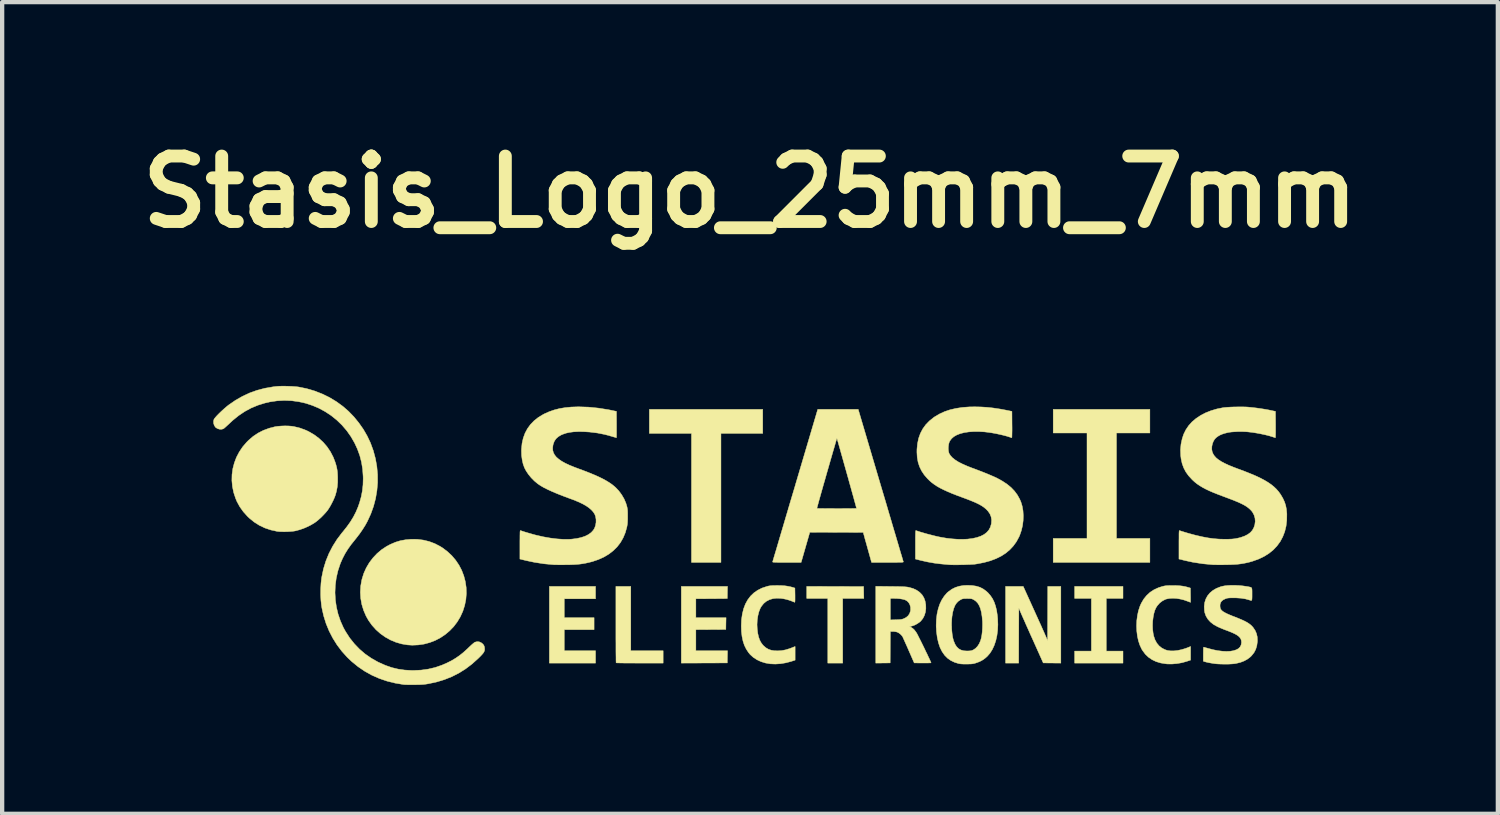
<source format=kicad_pcb>
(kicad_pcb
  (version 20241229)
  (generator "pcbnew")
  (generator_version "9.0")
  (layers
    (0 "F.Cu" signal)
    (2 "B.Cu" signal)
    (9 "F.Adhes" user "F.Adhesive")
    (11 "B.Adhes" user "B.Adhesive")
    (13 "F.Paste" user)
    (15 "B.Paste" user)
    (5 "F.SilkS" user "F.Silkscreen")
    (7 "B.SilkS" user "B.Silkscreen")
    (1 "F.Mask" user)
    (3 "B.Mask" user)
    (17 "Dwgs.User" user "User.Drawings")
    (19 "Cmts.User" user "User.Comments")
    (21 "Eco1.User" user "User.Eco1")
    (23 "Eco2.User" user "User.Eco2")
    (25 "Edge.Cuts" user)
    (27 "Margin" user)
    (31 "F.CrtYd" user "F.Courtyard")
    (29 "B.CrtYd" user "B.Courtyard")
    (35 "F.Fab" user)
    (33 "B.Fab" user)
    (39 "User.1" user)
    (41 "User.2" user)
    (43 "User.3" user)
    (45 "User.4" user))
  (footprint "Stasis_Logo_25mm_7mm"
    (layer "F.Cu")
    (at 14.413 9.418)
    (property "Reference" "Stasis_Logo_25mm_7mm" (at 0 -8 0) (layer "F.SilkS") (effects (font (size 1.524 1.524) (thickness 0.3))))
    (attr through_hole)
    (fp_poly (pts (xy 0.296 -2.378) (xy -0.677 -2.378) (xy -0.677 0.626) (xy -1.363 0.626) (xy -1.363 -2.378) (xy -2.344 -2.378) (xy -2.344 -2.937) (xy 0.296 -2.937) (xy 0.296 -2.378)) (stroke (width 0.01) (type solid)) (fill yes) (layer "F.SilkS"))
    (fp_poly (pts (xy 1.983 1.187) (xy 2.645 1.189) (xy 2.647 1.327) (xy 2.65 1.464) (xy 2.158 1.464) (xy 2.158 2.971) (xy 1.811 2.971) (xy 1.811 1.464) (xy 1.32 1.464) (xy 1.32 1.185) (xy 1.983 1.187)) (stroke (width 0.01) (type solid)) (fill yes) (layer "F.SilkS"))
    (fp_poly (pts (xy -3.597 1.473) (xy -4.325 1.473) (xy -4.325 1.913) (xy -3.631 1.913) (xy -3.631 2.192) (xy -4.325 2.192) (xy -4.325 2.683) (xy -3.597 2.683) (xy -3.597 2.971) (xy -4.672 2.971) (xy -4.672 1.185) (xy -3.597 1.185) (xy -3.597 1.473)) (stroke (width 0.01) (type solid)) (fill yes) (layer "F.SilkS"))
    (fp_poly (pts (xy 8.684 1.464) (xy 8.295 1.464) (xy 8.295 2.692) (xy 8.684 2.692) (xy 8.684 2.971) (xy 7.558 2.971) (xy 7.558 2.692) (xy 7.948 2.692) (xy 7.948 1.464) (xy 7.558 1.464) (xy 7.558 1.185) (xy 8.684 1.185) (xy 8.684 1.464)) (stroke (width 0.01) (type solid)) (fill yes) (layer "F.SilkS"))
    (fp_poly (pts (xy 9.31 -2.387) (xy 8.532 -2.387) (xy 8.532 0.068) (xy 9.31 0.068) (xy 9.31 0.626) (xy 7.059 0.626) (xy 7.059 0.068) (xy 7.846 0.068) (xy 7.846 -2.387) (xy 7.059 -2.387) (xy 7.059 -2.937) (xy 9.31 -2.937) (xy 9.31 -2.387)) (stroke (width 0.01) (type solid)) (fill yes) (layer "F.SilkS"))
    (fp_poly (pts (xy -0.527 1.327) (xy -0.529 1.468) (xy -0.895 1.471) (xy -1.261 1.473) (xy -1.261 1.913) (xy -0.558 1.913) (xy -0.561 2.05) (xy -0.563 2.188) (xy -1.261 2.192) (xy -1.261 2.683) (xy -0.524 2.683) (xy -0.527 2.825) (xy -0.529 2.967) (xy -1.6 2.971) (xy -1.6 1.185) (xy -0.524 1.185) (xy -0.527 1.327)) (stroke (width 0.01) (type solid)) (fill yes) (layer "F.SilkS"))
    (fp_poly (pts (xy -2.776 2.683) (xy -2.023 2.683) (xy -2.023 2.971) (xy -2.567 2.971) (xy -2.662 2.971) (xy -2.751 2.97) (xy -2.834 2.97) (xy -2.909 2.97) (xy -2.975 2.969) (xy -3.03 2.968) (xy -3.073 2.967) (xy -3.102 2.966) (xy -3.116 2.965) (xy -3.118 2.965) (xy -3.118 2.956) (xy -3.119 2.931) (xy -3.12 2.892) (xy -3.12 2.839) (xy -3.121 2.773) (xy -3.122 2.696) (xy -3.122 2.609) (xy -3.122 2.512) (xy -3.123 2.408) (xy -3.123 2.297) (xy -3.123 2.18) (xy -3.123 2.072) (xy -3.123 1.185) (xy -2.776 1.185) (xy -2.776 2.683)) (stroke (width 0.01) (type solid)) (fill yes) (layer "F.SilkS"))
    (fp_poly (pts (xy 7.237 2.971) (xy 7.032 2.969) (xy 6.827 2.967) (xy 6.609 2.48) (xy 6.568 2.389) (xy 6.527 2.299) (xy 6.488 2.211) (xy 6.451 2.128) (xy 6.416 2.05) (xy 6.386 1.98) (xy 6.359 1.921) (xy 6.338 1.873) (xy 6.324 1.842) (xy 6.259 1.69) (xy 6.257 2.33) (xy 6.255 2.971) (xy 5.95 2.971) (xy 5.95 1.185) (xy 6.361 1.185) (xy 6.608 1.729) (xy 6.65 1.822) (xy 6.691 1.912) (xy 6.73 1.999) (xy 6.767 2.08) (xy 6.8 2.154) (xy 6.829 2.219) (xy 6.854 2.275) (xy 6.873 2.319) (xy 6.887 2.35) (xy 6.892 2.361) (xy 6.928 2.45) (xy 6.93 1.818) (xy 6.932 1.185) (xy 7.237 1.185) (xy 7.237 2.971)) (stroke (width 0.01) (type solid)) (fill yes) (layer "F.SilkS"))
    (fp_poly (pts (xy -7.746 0.089) (xy -7.605 0.107) (xy -7.47 0.14) (xy -7.339 0.189) (xy -7.213 0.255) (xy -7.163 0.286) (xy -7.048 0.372) (xy -6.944 0.469) (xy -6.854 0.575) (xy -6.777 0.689) (xy -6.713 0.811) (xy -6.664 0.94) (xy -6.629 1.073) (xy -6.609 1.209) (xy -6.605 1.349) (xy -6.616 1.49) (xy -6.644 1.629) (xy -6.687 1.764) (xy -6.745 1.892) (xy -6.816 2.01) (xy -6.898 2.119) (xy -6.992 2.217) (xy -7.095 2.304) (xy -7.208 2.38) (xy -7.328 2.443) (xy -7.455 2.492) (xy -7.588 2.528) (xy -7.725 2.548) (xy -7.866 2.554) (xy -7.975 2.547) (xy -8.112 2.524) (xy -8.246 2.485) (xy -8.373 2.432) (xy -8.494 2.364) (xy -8.607 2.284) (xy -8.711 2.191) (xy -8.804 2.087) (xy -8.885 1.973) (xy -8.94 1.875) (xy -8.997 1.742) (xy -9.039 1.605) (xy -9.064 1.464) (xy -9.073 1.322) (xy -9.065 1.179) (xy -9.04 1.037) (xy -9.034 1.013) (xy -8.992 0.879) (xy -8.934 0.751) (xy -8.863 0.631) (xy -8.778 0.52) (xy -8.682 0.418) (xy -8.575 0.328) (xy -8.458 0.251) (xy -8.376 0.208) (xy -8.258 0.157) (xy -8.14 0.121) (xy -8.019 0.099) (xy -7.893 0.088) (xy -7.746 0.089)) (stroke (width 0.01) (type solid)) (fill yes) (layer "F.SilkS"))
    (fp_poly (pts (xy -10.743 -2.55) (xy -10.668 -2.544) (xy -10.618 -2.536) (xy -10.475 -2.501) (xy -10.339 -2.45) (xy -10.278 -2.421) (xy -10.155 -2.35) (xy -10.041 -2.266) (xy -9.938 -2.171) (xy -9.847 -2.065) (xy -9.769 -1.949) (xy -9.705 -1.826) (xy -9.662 -1.715) (xy -9.641 -1.65) (xy -9.626 -1.592) (xy -9.615 -1.537) (xy -9.607 -1.48) (xy -9.603 -1.414) (xy -9.601 -1.358) (xy -9.601 -1.24) (xy -9.61 -1.133) (xy -9.629 -1.031) (xy -9.653 -0.944) (xy -9.674 -0.887) (xy -9.702 -0.823) (xy -9.736 -0.755) (xy -9.771 -0.689) (xy -9.807 -0.63) (xy -9.838 -0.584) (xy -9.88 -0.533) (xy -9.931 -0.478) (xy -9.986 -0.422) (xy -10.043 -0.371) (xy -10.097 -0.326) (xy -10.136 -0.298) (xy -10.244 -0.234) (xy -10.361 -0.179) (xy -10.482 -0.135) (xy -10.598 -0.105) (xy -10.648 -0.098) (xy -10.71 -0.093) (xy -10.778 -0.089) (xy -10.848 -0.088) (xy -10.915 -0.089) (xy -10.974 -0.092) (xy -11.013 -0.097) (xy -11.158 -0.129) (xy -11.295 -0.175) (xy -11.424 -0.236) (xy -11.544 -0.312) (xy -11.656 -0.403) (xy -11.701 -0.446) (xy -11.798 -0.554) (xy -11.88 -0.669) (xy -11.947 -0.792) (xy -11.976 -0.861) (xy -12.022 -0.999) (xy -12.051 -1.139) (xy -12.064 -1.279) (xy -12.061 -1.419) (xy -12.042 -1.556) (xy -12.007 -1.69) (xy -11.958 -1.82) (xy -11.893 -1.944) (xy -11.814 -2.062) (xy -11.72 -2.172) (xy -11.677 -2.215) (xy -11.569 -2.308) (xy -11.452 -2.386) (xy -11.328 -2.449) (xy -11.194 -2.498) (xy -11.058 -2.533) (xy -10.989 -2.543) (xy -10.909 -2.549) (xy -10.826 -2.552) (xy -10.743 -2.55)) (stroke (width 0.01) (type solid)) (fill yes) (layer "F.SilkS"))
    (fp_poly (pts (xy 0.639 1.164) (xy 0.73 1.166) (xy 0.809 1.171) (xy 0.879 1.181) (xy 0.945 1.195) (xy 0.995 1.208) (xy 1.045 1.224) (xy 1.048 1.392) (xy 1.048 1.451) (xy 1.048 1.495) (xy 1.047 1.525) (xy 1.045 1.544) (xy 1.043 1.553) (xy 1.039 1.555) (xy 0.964 1.525) (xy 0.898 1.502) (xy 0.837 1.485) (xy 0.774 1.472) (xy 0.715 1.464) (xy 0.621 1.46) (xy 0.533 1.47) (xy 0.453 1.494) (xy 0.381 1.531) (xy 0.319 1.582) (xy 0.268 1.645) (xy 0.238 1.696) (xy 0.206 1.778) (xy 0.183 1.871) (xy 0.168 1.972) (xy 0.163 2.077) (xy 0.168 2.178) (xy 0.18 2.276) (xy 0.199 2.36) (xy 0.224 2.432) (xy 0.256 2.493) (xy 0.296 2.547) (xy 0.317 2.569) (xy 0.371 2.615) (xy 0.429 2.649) (xy 0.493 2.671) (xy 0.567 2.683) (xy 0.647 2.686) (xy 0.736 2.68) (xy 0.826 2.663) (xy 0.921 2.634) (xy 0.977 2.613) (xy 1.05 2.584) (xy 1.05 2.902) (xy 0.957 2.932) (xy 0.836 2.964) (xy 0.712 2.985) (xy 0.589 2.993) (xy 0.471 2.988) (xy 0.466 2.987) (xy 0.356 2.968) (xy 0.254 2.936) (xy 0.16 2.892) (xy 0.076 2.837) (xy 0.004 2.772) (xy -0.033 2.728) (xy -0.087 2.646) (xy -0.131 2.557) (xy -0.163 2.46) (xy -0.186 2.352) (xy -0.2 2.232) (xy -0.204 2.105) (xy -0.198 1.96) (xy -0.179 1.827) (xy -0.149 1.705) (xy -0.107 1.595) (xy -0.053 1.497) (xy 0.013 1.41) (xy 0.09 1.336) (xy 0.179 1.274) (xy 0.279 1.224) (xy 0.39 1.187) (xy 0.419 1.179) (xy 0.45 1.173) (xy 0.484 1.169) (xy 0.524 1.166) (xy 0.573 1.165) (xy 0.635 1.164) (xy 0.639 1.164)) (stroke (width 0.01) (type solid)) (fill yes) (layer "F.SilkS"))
    (fp_poly (pts (xy 9.927 1.166) (xy 10.002 1.17) (xy 10.069 1.178) (xy 10.131 1.189) (xy 10.192 1.205) (xy 10.205 1.209) (xy 10.254 1.224) (xy 10.256 1.391) (xy 10.257 1.442) (xy 10.257 1.486) (xy 10.257 1.522) (xy 10.257 1.547) (xy 10.256 1.557) (xy 10.256 1.557) (xy 10.248 1.554) (xy 10.228 1.546) (xy 10.2 1.535) (xy 10.191 1.532) (xy 10.103 1.501) (xy 10.013 1.479) (xy 9.924 1.465) (xy 9.839 1.461) (xy 9.761 1.466) (xy 9.692 1.48) (xy 9.671 1.487) (xy 9.602 1.523) (xy 9.539 1.571) (xy 9.486 1.63) (xy 9.453 1.681) (xy 9.424 1.745) (xy 9.402 1.822) (xy 9.386 1.908) (xy 9.375 2) (xy 9.372 2.095) (xy 9.375 2.188) (xy 9.386 2.277) (xy 9.399 2.34) (xy 9.429 2.428) (xy 9.47 2.504) (xy 9.523 2.568) (xy 9.586 2.619) (xy 9.659 2.657) (xy 9.716 2.676) (xy 9.787 2.686) (xy 9.867 2.687) (xy 9.955 2.677) (xy 10.046 2.658) (xy 10.14 2.63) (xy 10.186 2.613) (xy 10.258 2.584) (xy 10.258 2.901) (xy 10.167 2.931) (xy 10.057 2.962) (xy 9.941 2.982) (xy 9.826 2.992) (xy 9.716 2.991) (xy 9.678 2.987) (xy 9.561 2.968) (xy 9.455 2.936) (xy 9.361 2.891) (xy 9.277 2.834) (xy 9.204 2.764) (xy 9.142 2.681) (xy 9.12 2.646) (xy 9.077 2.554) (xy 9.043 2.452) (xy 9.019 2.341) (xy 9.005 2.224) (xy 9 2.104) (xy 9.005 1.984) (xy 9.02 1.866) (xy 9.044 1.753) (xy 9.079 1.647) (xy 9.109 1.579) (xy 9.167 1.48) (xy 9.236 1.395) (xy 9.315 1.322) (xy 9.406 1.263) (xy 9.508 1.216) (xy 9.595 1.188) (xy 9.626 1.18) (xy 9.654 1.174) (xy 9.681 1.17) (xy 9.713 1.167) (xy 9.751 1.166) (xy 9.801 1.165) (xy 9.839 1.165) (xy 9.927 1.166)) (stroke (width 0.01) (type solid)) (fill yes) (layer "F.SilkS"))
    (fp_poly (pts (xy 3.278 1.187) (xy 3.366 1.188) (xy 3.438 1.189) (xy 3.498 1.19) (xy 3.547 1.192) (xy 3.586 1.193) (xy 3.618 1.196) (xy 3.645 1.198) (xy 3.668 1.201) (xy 3.689 1.205) (xy 3.707 1.209) (xy 3.801 1.236) (xy 3.882 1.275) (xy 3.951 1.324) (xy 4.007 1.382) (xy 4.049 1.451) (xy 4.076 1.525) (xy 4.092 1.613) (xy 4.094 1.7) (xy 4.084 1.783) (xy 4.06 1.862) (xy 4.024 1.932) (xy 3.976 1.992) (xy 3.975 1.994) (xy 3.936 2.026) (xy 3.887 2.058) (xy 3.836 2.085) (xy 3.786 2.104) (xy 3.751 2.113) (xy 3.713 2.118) (xy 3.746 2.135) (xy 3.788 2.162) (xy 3.827 2.199) (xy 3.866 2.251) (xy 3.873 2.262) (xy 3.883 2.278) (xy 3.899 2.307) (xy 3.919 2.347) (xy 3.943 2.395) (xy 3.971 2.45) (xy 4.001 2.51) (xy 4.032 2.573) (xy 4.063 2.637) (xy 4.093 2.701) (xy 4.123 2.761) (xy 4.149 2.818) (xy 4.173 2.867) (xy 4.192 2.909) (xy 4.206 2.94) (xy 4.214 2.959) (xy 4.215 2.964) (xy 4.207 2.966) (xy 4.184 2.967) (xy 4.149 2.968) (xy 4.104 2.969) (xy 4.051 2.969) (xy 4.019 2.969) (xy 3.823 2.967) (xy 3.695 2.675) (xy 3.666 2.608) (xy 3.638 2.545) (xy 3.612 2.488) (xy 3.59 2.438) (xy 3.572 2.399) (xy 3.56 2.371) (xy 3.553 2.356) (xy 3.553 2.356) (xy 3.53 2.326) (xy 3.498 2.294) (xy 3.461 2.267) (xy 3.425 2.249) (xy 3.422 2.248) (xy 3.392 2.241) (xy 3.354 2.236) (xy 3.325 2.234) (xy 3.267 2.234) (xy 3.265 2.601) (xy 3.263 2.967) (xy 2.928 2.971) (xy 2.928 1.965) (xy 3.267 1.965) (xy 3.396 1.962) (xy 3.45 1.96) (xy 3.49 1.957) (xy 3.521 1.954) (xy 3.546 1.948) (xy 3.568 1.941) (xy 3.572 1.94) (xy 3.634 1.909) (xy 3.681 1.869) (xy 3.714 1.821) (xy 3.734 1.763) (xy 3.738 1.733) (xy 3.737 1.669) (xy 3.722 1.612) (xy 3.695 1.563) (xy 3.656 1.524) (xy 3.607 1.497) (xy 3.6 1.495) (xy 3.548 1.482) (xy 3.484 1.472) (xy 3.411 1.466) (xy 3.35 1.465) (xy 3.267 1.464) (xy 3.267 1.965) (xy 2.928 1.965) (xy 2.928 1.183) (xy 3.278 1.187)) (stroke (width 0.01) (type solid)) (fill yes) (layer "F.SilkS"))
    (fp_poly (pts (xy 5.176 1.165) (xy 5.27 1.18) (xy 5.354 1.206) (xy 5.429 1.245) (xy 5.499 1.296) (xy 5.54 1.333) (xy 5.597 1.399) (xy 5.646 1.471) (xy 5.686 1.553) (xy 5.717 1.644) (xy 5.742 1.747) (xy 5.759 1.864) (xy 5.766 1.936) (xy 5.771 2.073) (xy 5.765 2.205) (xy 5.749 2.33) (xy 5.723 2.447) (xy 5.687 2.555) (xy 5.642 2.653) (xy 5.588 2.739) (xy 5.525 2.812) (xy 5.478 2.854) (xy 5.43 2.89) (xy 5.384 2.917) (xy 5.336 2.94) (xy 5.277 2.962) (xy 5.273 2.963) (xy 5.241 2.974) (xy 5.215 2.981) (xy 5.189 2.986) (xy 5.16 2.99) (xy 5.124 2.992) (xy 5.077 2.993) (xy 5.057 2.993) (xy 4.992 2.994) (xy 4.941 2.992) (xy 4.9 2.989) (xy 4.866 2.983) (xy 4.862 2.983) (xy 4.764 2.953) (xy 4.676 2.911) (xy 4.598 2.856) (xy 4.53 2.787) (xy 4.473 2.705) (xy 4.425 2.61) (xy 4.388 2.501) (xy 4.36 2.379) (xy 4.342 2.243) (xy 4.341 2.236) (xy 4.334 2.094) (xy 4.336 2.038) (xy 4.693 2.038) (xy 4.693 2.13) (xy 4.699 2.221) (xy 4.708 2.307) (xy 4.722 2.385) (xy 4.739 2.45) (xy 4.743 2.459) (xy 4.774 2.533) (xy 4.812 2.592) (xy 4.857 2.636) (xy 4.911 2.666) (xy 4.974 2.684) (xy 5.049 2.689) (xy 5.066 2.689) (xy 5.108 2.687) (xy 5.139 2.684) (xy 5.164 2.678) (xy 5.188 2.668) (xy 5.198 2.664) (xy 5.252 2.628) (xy 5.299 2.578) (xy 5.339 2.515) (xy 5.37 2.441) (xy 5.386 2.381) (xy 5.398 2.317) (xy 5.407 2.241) (xy 5.412 2.16) (xy 5.414 2.079) (xy 5.413 2.006) (xy 5.403 1.892) (xy 5.388 1.793) (xy 5.367 1.708) (xy 5.339 1.637) (xy 5.305 1.579) (xy 5.264 1.534) (xy 5.215 1.499) (xy 5.213 1.498) (xy 5.189 1.485) (xy 5.17 1.477) (xy 5.151 1.472) (xy 5.128 1.47) (xy 5.096 1.469) (xy 5.057 1.468) (xy 5.013 1.469) (xy 4.981 1.47) (xy 4.957 1.473) (xy 4.938 1.479) (xy 4.917 1.487) (xy 4.908 1.492) (xy 4.855 1.526) (xy 4.81 1.571) (xy 4.772 1.629) (xy 4.743 1.7) (xy 4.72 1.785) (xy 4.703 1.885) (xy 4.697 1.949) (xy 4.693 2.038) (xy 4.336 2.038) (xy 4.339 1.959) (xy 4.354 1.83) (xy 4.381 1.71) (xy 4.417 1.6) (xy 4.464 1.501) (xy 4.521 1.413) (xy 4.586 1.337) (xy 4.62 1.308) (xy 4.697 1.252) (xy 4.78 1.21) (xy 4.87 1.181) (xy 4.97 1.164) (xy 5.071 1.16) (xy 5.176 1.165)) (stroke (width 0.01) (type solid)) (fill yes) (layer "F.SilkS"))
    (fp_poly (pts (xy 11.297 1.161) (xy 11.389 1.165) (xy 11.479 1.174) (xy 11.564 1.186) (xy 11.587 1.19) (xy 11.623 1.197) (xy 11.649 1.203) (xy 11.667 1.21) (xy 11.679 1.221) (xy 11.685 1.239) (xy 11.688 1.266) (xy 11.689 1.304) (xy 11.689 1.357) (xy 11.689 1.367) (xy 11.689 1.422) (xy 11.688 1.462) (xy 11.686 1.489) (xy 11.682 1.506) (xy 11.675 1.513) (xy 11.664 1.513) (xy 11.648 1.509) (xy 11.631 1.503) (xy 11.538 1.477) (xy 11.433 1.46) (xy 11.314 1.452) (xy 11.27 1.452) (xy 11.215 1.452) (xy 11.174 1.453) (xy 11.143 1.455) (xy 11.119 1.458) (xy 11.098 1.463) (xy 11.078 1.47) (xy 11.076 1.47) (xy 11.021 1.496) (xy 10.982 1.526) (xy 10.957 1.563) (xy 10.944 1.608) (xy 10.943 1.637) (xy 10.945 1.669) (xy 10.951 1.698) (xy 10.964 1.723) (xy 10.985 1.747) (xy 11.014 1.771) (xy 11.054 1.795) (xy 11.105 1.821) (xy 11.169 1.849) (xy 11.247 1.881) (xy 11.283 1.894) (xy 11.375 1.931) (xy 11.453 1.964) (xy 11.518 1.994) (xy 11.572 2.023) (xy 11.617 2.052) (xy 11.655 2.081) (xy 11.688 2.112) (xy 11.715 2.143) (xy 11.761 2.212) (xy 11.792 2.283) (xy 11.81 2.361) (xy 11.814 2.447) (xy 11.813 2.471) (xy 11.8 2.566) (xy 11.774 2.651) (xy 11.734 2.728) (xy 11.679 2.797) (xy 11.655 2.822) (xy 11.587 2.875) (xy 11.509 2.919) (xy 11.419 2.954) (xy 11.316 2.979) (xy 11.295 2.983) (xy 11.251 2.988) (xy 11.194 2.992) (xy 11.128 2.995) (xy 11.057 2.995) (xy 10.986 2.994) (xy 10.917 2.992) (xy 10.856 2.988) (xy 10.814 2.983) (xy 10.75 2.973) (xy 10.688 2.962) (xy 10.632 2.95) (xy 10.587 2.938) (xy 10.582 2.936) (xy 10.554 2.927) (xy 10.554 2.762) (xy 10.555 2.705) (xy 10.555 2.663) (xy 10.556 2.634) (xy 10.558 2.615) (xy 10.56 2.604) (xy 10.564 2.6) (xy 10.569 2.601) (xy 10.569 2.601) (xy 10.584 2.605) (xy 10.61 2.613) (xy 10.643 2.622) (xy 10.66 2.627) (xy 10.777 2.658) (xy 10.889 2.681) (xy 10.995 2.694) (xy 11.092 2.699) (xy 11.181 2.695) (xy 11.259 2.682) (xy 11.324 2.66) (xy 11.373 2.633) (xy 11.409 2.597) (xy 11.433 2.551) (xy 11.443 2.498) (xy 11.443 2.49) (xy 11.44 2.449) (xy 11.429 2.413) (xy 11.409 2.38) (xy 11.38 2.349) (xy 11.339 2.319) (xy 11.286 2.289) (xy 11.219 2.258) (xy 11.137 2.225) (xy 11.105 2.213) (xy 11.051 2.193) (xy 10.994 2.17) (xy 10.939 2.147) (xy 10.892 2.126) (xy 10.88 2.12) (xy 10.792 2.071) (xy 10.719 2.013) (xy 10.661 1.949) (xy 10.617 1.877) (xy 10.589 1.799) (xy 10.58 1.748) (xy 10.575 1.652) (xy 10.586 1.562) (xy 10.612 1.48) (xy 10.652 1.405) (xy 10.707 1.338) (xy 10.775 1.281) (xy 10.856 1.233) (xy 10.949 1.196) (xy 10.99 1.184) (xy 11.051 1.172) (xy 11.125 1.164) (xy 11.208 1.16) (xy 11.297 1.161)) (stroke (width 0.01) (type solid)) (fill yes) (layer "F.SilkS"))
    (fp_poly (pts (xy 3.042 -1.17) (xy 3.092 -1.002) (xy 3.141 -0.838) (xy 3.188 -0.679) (xy 3.233 -0.525) (xy 3.277 -0.378) (xy 3.318 -0.238) (xy 3.357 -0.106) (xy 3.394 0.017) (xy 3.427 0.13) (xy 3.458 0.234) (xy 3.485 0.327) (xy 3.509 0.408) (xy 3.53 0.476) (xy 3.546 0.531) (xy 3.558 0.573) (xy 3.566 0.6) (xy 3.57 0.611) (xy 3.57 0.612) (xy 3.57 0.615) (xy 3.567 0.618) (xy 3.56 0.62) (xy 3.548 0.622) (xy 3.528 0.624) (xy 3.5 0.625) (xy 3.462 0.625) (xy 3.413 0.626) (xy 3.35 0.626) (xy 3.274 0.626) (xy 3.202 0.626) (xy 2.83 0.626) (xy 2.755 0.358) (xy 2.736 0.289) (xy 2.717 0.221) (xy 2.699 0.157) (xy 2.683 0.101) (xy 2.67 0.054) (xy 2.661 0.019) (xy 2.658 0.008) (xy 2.635 -0.072) (xy 2.013 -0.074) (xy 1.392 -0.076) (xy 1.291 0.275) (xy 1.19 0.626) (xy 0.856 0.626) (xy 0.772 0.626) (xy 0.704 0.626) (xy 0.649 0.626) (xy 0.607 0.625) (xy 0.575 0.624) (xy 0.553 0.623) (xy 0.539 0.621) (xy 0.53 0.619) (xy 0.527 0.616) (xy 0.527 0.612) (xy 0.527 0.612) (xy 0.529 0.602) (xy 0.537 0.577) (xy 0.548 0.538) (xy 0.564 0.484) (xy 0.584 0.417) (xy 0.608 0.338) (xy 0.635 0.246) (xy 0.665 0.144) (xy 0.698 0.032) (xy 0.734 -0.09) (xy 0.773 -0.221) (xy 0.814 -0.36) (xy 0.857 -0.506) (xy 0.895 -0.633) (xy 1.557 -0.633) (xy 1.565 -0.631) (xy 1.589 -0.63) (xy 1.625 -0.629) (xy 1.673 -0.629) (xy 1.73 -0.628) (xy 1.795 -0.627) (xy 1.865 -0.627) (xy 1.939 -0.627) (xy 2.015 -0.626) (xy 2.092 -0.626) (xy 2.166 -0.627) (xy 2.237 -0.627) (xy 2.302 -0.627) (xy 2.36 -0.628) (xy 2.409 -0.629) (xy 2.446 -0.63) (xy 2.47 -0.631) (xy 2.48 -0.632) (xy 2.48 -0.632) (xy 2.478 -0.642) (xy 2.471 -0.666) (xy 2.461 -0.704) (xy 2.447 -0.754) (xy 2.43 -0.815) (xy 2.411 -0.886) (xy 2.389 -0.964) (xy 2.365 -1.05) (xy 2.34 -1.141) (xy 2.313 -1.236) (xy 2.286 -1.335) (xy 2.258 -1.434) (xy 2.23 -1.534) (xy 2.202 -1.633) (xy 2.175 -1.729) (xy 2.149 -1.822) (xy 2.124 -1.909) (xy 2.102 -1.989) (xy 2.081 -2.062) (xy 2.063 -2.126) (xy 2.048 -2.179) (xy 2.036 -2.22) (xy 2.028 -2.248) (xy 2.023 -2.261) (xy 2.023 -2.262) (xy 2.02 -2.255) (xy 2.013 -2.233) (xy 2.002 -2.197) (xy 1.988 -2.149) (xy 1.971 -2.089) (xy 1.951 -2.02) (xy 1.928 -1.943) (xy 1.904 -1.859) (xy 1.878 -1.769) (xy 1.851 -1.675) (xy 1.823 -1.577) (xy 1.794 -1.478) (xy 1.766 -1.379) (xy 1.738 -1.28) (xy 1.71 -1.184) (xy 1.684 -1.091) (xy 1.659 -1.003) (xy 1.636 -0.921) (xy 1.615 -0.847) (xy 1.597 -0.782) (xy 1.582 -0.726) (xy 1.57 -0.683) (xy 1.562 -0.652) (xy 1.558 -0.635) (xy 1.557 -0.633) (xy 0.895 -0.633) (xy 0.902 -0.659) (xy 0.949 -0.817) (xy 0.998 -0.981) (xy 1.048 -1.148) (xy 1.054 -1.17) (xy 1.577 -2.937) (xy 2.519 -2.937) (xy 3.042 -1.17)) (stroke (width 0.01) (type solid)) (fill yes) (layer "F.SilkS"))
    (fp_poly (pts (xy -3.76 -2.989) (xy -3.532 -2.966) (xy -3.298 -2.929) (xy -3.22 -2.913) (xy -3.11 -2.89) (xy -3.108 -2.584) (xy -3.108 -2.513) (xy -3.108 -2.449) (xy -3.108 -2.392) (xy -3.108 -2.344) (xy -3.109 -2.308) (xy -3.11 -2.285) (xy -3.111 -2.277) (xy -3.121 -2.279) (xy -3.143 -2.286) (xy -3.175 -2.295) (xy -3.211 -2.306) (xy -3.379 -2.352) (xy -3.556 -2.387) (xy -3.736 -2.409) (xy -3.881 -2.418) (xy -3.999 -2.419) (xy -4.104 -2.414) (xy -4.197 -2.402) (xy -4.28 -2.384) (xy -4.356 -2.358) (xy -4.399 -2.34) (xy -4.465 -2.3) (xy -4.517 -2.253) (xy -4.556 -2.196) (xy -4.581 -2.129) (xy -4.588 -2.1) (xy -4.595 -2.039) (xy -4.592 -1.981) (xy -4.577 -1.927) (xy -4.549 -1.875) (xy -4.51 -1.826) (xy -4.456 -1.779) (xy -4.389 -1.732) (xy -4.308 -1.686) (xy -4.211 -1.64) (xy -4.098 -1.594) (xy -4.008 -1.56) (xy -3.865 -1.507) (xy -3.737 -1.457) (xy -3.623 -1.41) (xy -3.522 -1.365) (xy -3.432 -1.321) (xy -3.353 -1.278) (xy -3.282 -1.235) (xy -3.219 -1.192) (xy -3.163 -1.147) (xy -3.132 -1.12) (xy -3.057 -1.041) (xy -2.99 -0.951) (xy -2.933 -0.854) (xy -2.89 -0.753) (xy -2.868 -0.681) (xy -2.861 -0.651) (xy -2.856 -0.623) (xy -2.852 -0.594) (xy -2.85 -0.558) (xy -2.849 -0.514) (xy -2.849 -0.457) (xy -2.849 -0.444) (xy -2.849 -0.382) (xy -2.851 -0.332) (xy -2.853 -0.292) (xy -2.857 -0.256) (xy -2.863 -0.222) (xy -2.868 -0.195) (xy -2.904 -0.066) (xy -2.954 0.054) (xy -3.017 0.164) (xy -3.094 0.264) (xy -3.184 0.353) (xy -3.287 0.433) (xy -3.403 0.502) (xy -3.532 0.56) (xy -3.673 0.608) (xy -3.749 0.627) (xy -3.82 0.643) (xy -3.886 0.655) (xy -3.953 0.665) (xy -4.023 0.672) (xy -4.1 0.677) (xy -4.187 0.68) (xy -4.278 0.681) (xy -4.343 0.682) (xy -4.405 0.682) (xy -4.461 0.682) (xy -4.508 0.681) (xy -4.544 0.681) (xy -4.566 0.68) (xy -4.566 0.68) (xy -4.796 0.659) (xy -5.017 0.625) (xy -5.216 0.583) (xy -5.358 0.548) (xy -5.358 0.214) (xy -5.358 0.13) (xy -5.357 0.061) (xy -5.357 0.006) (xy -5.356 -0.036) (xy -5.356 -0.067) (xy -5.354 -0.089) (xy -5.352 -0.104) (xy -5.35 -0.112) (xy -5.347 -0.115) (xy -5.344 -0.115) (xy -5.343 -0.115) (xy -5.317 -0.106) (xy -5.278 -0.093) (xy -5.23 -0.078) (xy -5.176 -0.062) (xy -5.12 -0.046) (xy -5.065 -0.03) (xy -5.014 -0.016) (xy -4.971 -0.005) (xy -4.971 -0.005) (xy -4.807 0.032) (xy -4.648 0.06) (xy -4.495 0.079) (xy -4.351 0.089) (xy -4.218 0.089) (xy -4.152 0.085) (xy -4.034 0.07) (xy -3.93 0.047) (xy -3.838 0.016) (xy -3.761 -0.023) (xy -3.697 -0.07) (xy -3.648 -0.124) (xy -3.62 -0.17) (xy -3.597 -0.235) (xy -3.585 -0.305) (xy -3.585 -0.375) (xy -3.596 -0.441) (xy -3.615 -0.494) (xy -3.649 -0.547) (xy -3.694 -0.597) (xy -3.751 -0.646) (xy -3.821 -0.694) (xy -3.906 -0.741) (xy -4.005 -0.787) (xy -4.12 -0.834) (xy -4.19 -0.859) (xy -4.345 -0.917) (xy -4.483 -0.971) (xy -4.606 -1.023) (xy -4.713 -1.072) (xy -4.805 -1.118) (xy -4.881 -1.163) (xy -4.943 -1.205) (xy -5.021 -1.27) (xy -5.094 -1.344) (xy -5.159 -1.423) (xy -5.213 -1.504) (xy -5.252 -1.578) (xy -5.283 -1.664) (xy -5.305 -1.761) (xy -5.319 -1.865) (xy -5.322 -1.973) (xy -5.321 -2.01) (xy -5.308 -2.144) (xy -5.28 -2.268) (xy -5.238 -2.383) (xy -5.182 -2.488) (xy -5.112 -2.584) (xy -5.028 -2.671) (xy -4.93 -2.749) (xy -4.818 -2.817) (xy -4.792 -2.831) (xy -4.678 -2.882) (xy -4.56 -2.923) (xy -4.436 -2.955) (xy -4.304 -2.977) (xy -4.162 -2.991) (xy -4.007 -2.996) (xy -3.981 -2.996) (xy -3.76 -2.989)) (stroke (width 0.01) (type solid)) (fill yes) (layer "F.SilkS"))
    (fp_poly (pts (xy 5.377 -2.993) (xy 5.521 -2.984) (xy 5.666 -2.968) (xy 5.818 -2.945) (xy 5.963 -2.918) (xy 6.098 -2.89) (xy 6.1 -2.584) (xy 6.101 -2.513) (xy 6.101 -2.449) (xy 6.1 -2.392) (xy 6.099 -2.344) (xy 6.098 -2.308) (xy 6.097 -2.285) (xy 6.095 -2.277) (xy 6.084 -2.279) (xy 6.062 -2.286) (xy 6.038 -2.294) (xy 5.974 -2.314) (xy 5.898 -2.334) (xy 5.813 -2.354) (xy 5.724 -2.373) (xy 5.635 -2.389) (xy 5.549 -2.402) (xy 5.472 -2.411) (xy 5.468 -2.412) (xy 5.333 -2.42) (xy 5.207 -2.42) (xy 5.092 -2.412) (xy 4.987 -2.396) (xy 4.894 -2.372) (xy 4.814 -2.341) (xy 4.746 -2.302) (xy 4.692 -2.255) (xy 4.653 -2.202) (xy 4.638 -2.171) (xy 4.625 -2.124) (xy 4.618 -2.071) (xy 4.616 -2.015) (xy 4.621 -1.963) (xy 4.632 -1.92) (xy 4.635 -1.911) (xy 4.667 -1.86) (xy 4.713 -1.81) (xy 4.775 -1.761) (xy 4.852 -1.712) (xy 4.946 -1.664) (xy 5.056 -1.616) (xy 5.163 -1.574) (xy 5.261 -1.538) (xy 5.357 -1.501) (xy 5.45 -1.465) (xy 5.536 -1.43) (xy 5.614 -1.397) (xy 5.681 -1.368) (xy 5.735 -1.343) (xy 5.75 -1.336) (xy 5.875 -1.267) (xy 5.984 -1.195) (xy 6.079 -1.117) (xy 6.159 -1.033) (xy 6.226 -0.942) (xy 6.28 -0.844) (xy 6.307 -0.782) (xy 6.337 -0.683) (xy 6.356 -0.575) (xy 6.363 -0.46) (xy 6.359 -0.344) (xy 6.344 -0.227) (xy 6.317 -0.114) (xy 6.28 -0.007) (xy 6.263 0.032) (xy 6.203 0.143) (xy 6.131 0.243) (xy 6.048 0.332) (xy 5.954 0.411) (xy 5.847 0.48) (xy 5.727 0.539) (xy 5.594 0.589) (xy 5.448 0.629) (xy 5.288 0.66) (xy 5.256 0.665) (xy 5.225 0.669) (xy 5.18 0.672) (xy 5.124 0.675) (xy 5.06 0.677) (xy 4.992 0.68) (xy 4.922 0.681) (xy 4.853 0.683) (xy 4.789 0.683) (xy 4.732 0.683) (xy 4.685 0.682) (xy 4.655 0.681) (xy 4.575 0.674) (xy 4.509 0.668) (xy 4.454 0.663) (xy 4.406 0.658) (xy 4.363 0.652) (xy 4.321 0.647) (xy 4.291 0.643) (xy 4.137 0.616) (xy 3.975 0.58) (xy 3.921 0.566) (xy 3.851 0.548) (xy 3.851 0.214) (xy 3.851 0.127) (xy 3.851 0.055) (xy 3.852 -0.002) (xy 3.853 -0.046) (xy 3.854 -0.078) (xy 3.856 -0.1) (xy 3.858 -0.112) (xy 3.861 -0.116) (xy 3.862 -0.116) (xy 3.908 -0.1) (xy 3.967 -0.081) (xy 4.036 -0.061) (xy 4.111 -0.039) (xy 4.189 -0.019) (xy 4.266 0.001) (xy 4.339 0.019) (xy 4.404 0.033) (xy 4.444 0.041) (xy 4.573 0.063) (xy 4.702 0.078) (xy 4.827 0.087) (xy 4.944 0.089) (xy 5.049 0.085) (xy 5.057 0.085) (xy 5.177 0.07) (xy 5.282 0.047) (xy 5.374 0.015) (xy 5.45 -0.024) (xy 5.513 -0.073) (xy 5.562 -0.13) (xy 5.597 -0.196) (xy 5.618 -0.271) (xy 5.62 -0.284) (xy 5.625 -0.362) (xy 5.613 -0.435) (xy 5.585 -0.504) (xy 5.541 -0.567) (xy 5.52 -0.59) (xy 5.484 -0.625) (xy 5.444 -0.658) (xy 5.398 -0.689) (xy 5.345 -0.72) (xy 5.283 -0.751) (xy 5.211 -0.783) (xy 5.126 -0.818) (xy 5.028 -0.856) (xy 4.96 -0.881) (xy 4.827 -0.93) (xy 4.709 -0.976) (xy 4.605 -1.02) (xy 4.513 -1.062) (xy 4.431 -1.103) (xy 4.359 -1.143) (xy 4.295 -1.185) (xy 4.237 -1.228) (xy 4.184 -1.273) (xy 4.135 -1.321) (xy 4.135 -1.321) (xy 4.057 -1.411) (xy 3.995 -1.504) (xy 3.947 -1.602) (xy 3.913 -1.706) (xy 3.893 -1.819) (xy 3.886 -1.94) (xy 3.887 -2.008) (xy 3.9 -2.141) (xy 3.926 -2.264) (xy 3.967 -2.378) (xy 4.022 -2.483) (xy 4.091 -2.579) (xy 4.175 -2.666) (xy 4.273 -2.745) (xy 4.3 -2.764) (xy 4.41 -2.829) (xy 4.529 -2.884) (xy 4.657 -2.927) (xy 4.795 -2.959) (xy 4.944 -2.982) (xy 5.106 -2.994) (xy 5.231 -2.996) (xy 5.377 -2.993)) (stroke (width 0.01) (type solid)) (fill yes) (layer "F.SilkS"))
    (fp_poly (pts (xy 11.499 -2.994) (xy 11.565 -2.992) (xy 11.614 -2.988) (xy 11.7 -2.979) (xy 11.795 -2.968) (xy 11.893 -2.954) (xy 11.989 -2.939) (xy 12.077 -2.923) (xy 12.124 -2.913) (xy 12.234 -2.89) (xy 12.237 -2.584) (xy 12.237 -2.513) (xy 12.237 -2.449) (xy 12.237 -2.392) (xy 12.236 -2.344) (xy 12.235 -2.308) (xy 12.234 -2.285) (xy 12.232 -2.277) (xy 12.222 -2.279) (xy 12.2 -2.286) (xy 12.171 -2.296) (xy 12.167 -2.297) (xy 12.089 -2.321) (xy 11.998 -2.344) (xy 11.9 -2.365) (xy 11.799 -2.384) (xy 11.699 -2.4) (xy 11.604 -2.411) (xy 11.587 -2.413) (xy 11.514 -2.418) (xy 11.436 -2.419) (xy 11.357 -2.419) (xy 11.281 -2.415) (xy 11.21 -2.41) (xy 11.151 -2.402) (xy 11.121 -2.396) (xy 11.05 -2.378) (xy 10.992 -2.359) (xy 10.943 -2.338) (xy 10.898 -2.312) (xy 10.856 -2.281) (xy 10.854 -2.28) (xy 10.818 -2.242) (xy 10.788 -2.192) (xy 10.766 -2.134) (xy 10.753 -2.073) (xy 10.751 -2.012) (xy 10.752 -2.001) (xy 10.761 -1.95) (xy 10.781 -1.902) (xy 10.81 -1.856) (xy 10.85 -1.811) (xy 10.902 -1.768) (xy 10.967 -1.725) (xy 11.045 -1.683) (xy 11.138 -1.639) (xy 11.246 -1.595) (xy 11.367 -1.549) (xy 11.518 -1.493) (xy 11.653 -1.439) (xy 11.774 -1.388) (xy 11.882 -1.337) (xy 11.977 -1.287) (xy 12.061 -1.237) (xy 12.136 -1.185) (xy 12.201 -1.132) (xy 12.258 -1.077) (xy 12.309 -1.018) (xy 12.354 -0.955) (xy 12.394 -0.888) (xy 12.409 -0.861) (xy 12.446 -0.78) (xy 12.472 -0.699) (xy 12.489 -0.612) (xy 12.498 -0.516) (xy 12.499 -0.499) (xy 12.497 -0.355) (xy 12.481 -0.218) (xy 12.45 -0.09) (xy 12.404 0.029) (xy 12.345 0.14) (xy 12.271 0.241) (xy 12.185 0.333) (xy 12.084 0.415) (xy 11.971 0.486) (xy 11.845 0.547) (xy 11.706 0.597) (xy 11.635 0.618) (xy 11.56 0.636) (xy 11.489 0.65) (xy 11.419 0.661) (xy 11.346 0.67) (xy 11.266 0.675) (xy 11.177 0.679) (xy 11.075 0.681) (xy 11.066 0.681) (xy 11.002 0.682) (xy 10.94 0.682) (xy 10.884 0.682) (xy 10.837 0.681) (xy 10.801 0.681) (xy 10.779 0.68) (xy 10.779 0.68) (xy 10.542 0.658) (xy 10.314 0.623) (xy 10.129 0.583) (xy 9.987 0.548) (xy 9.987 0.214) (xy 9.987 0.13) (xy 9.988 0.061) (xy 9.988 0.006) (xy 9.988 -0.036) (xy 9.989 -0.067) (xy 9.991 -0.089) (xy 9.992 -0.104) (xy 9.995 -0.112) (xy 9.998 -0.115) (xy 10.001 -0.115) (xy 10.002 -0.115) (xy 10.031 -0.104) (xy 10.073 -0.091) (xy 10.125 -0.075) (xy 10.182 -0.058) (xy 10.242 -0.041) (xy 10.302 -0.025) (xy 10.357 -0.01) (xy 10.394 -0.001) (xy 10.538 0.032) (xy 10.672 0.057) (xy 10.799 0.074) (xy 10.924 0.084) (xy 11.05 0.087) (xy 11.058 0.087) (xy 11.145 0.086) (xy 11.219 0.083) (xy 11.285 0.076) (xy 11.345 0.065) (xy 11.405 0.051) (xy 11.424 0.046) (xy 11.514 0.014) (xy 11.589 -0.024) (xy 11.65 -0.069) (xy 11.697 -0.122) (xy 11.731 -0.185) (xy 11.753 -0.25) (xy 11.763 -0.329) (xy 11.757 -0.405) (xy 11.735 -0.478) (xy 11.699 -0.544) (xy 11.673 -0.577) (xy 11.642 -0.609) (xy 11.609 -0.638) (xy 11.571 -0.667) (xy 11.528 -0.695) (xy 11.477 -0.723) (xy 11.418 -0.752) (xy 11.348 -0.783) (xy 11.267 -0.817) (xy 11.172 -0.853) (xy 11.063 -0.894) (xy 11.042 -0.902) (xy 10.914 -0.95) (xy 10.802 -0.994) (xy 10.702 -1.037) (xy 10.615 -1.078) (xy 10.538 -1.119) (xy 10.469 -1.161) (xy 10.407 -1.203) (xy 10.351 -1.248) (xy 10.299 -1.296) (xy 10.292 -1.303) (xy 10.212 -1.39) (xy 10.147 -1.48) (xy 10.098 -1.574) (xy 10.061 -1.675) (xy 10.037 -1.785) (xy 10.028 -1.86) (xy 10.023 -1.995) (xy 10.035 -2.127) (xy 10.063 -2.256) (xy 10.097 -2.359) (xy 10.148 -2.462) (xy 10.213 -2.558) (xy 10.291 -2.645) (xy 10.384 -2.724) (xy 10.489 -2.794) (xy 10.605 -2.855) (xy 10.733 -2.906) (xy 10.872 -2.947) (xy 11.016 -2.976) (xy 11.062 -2.981) (xy 11.122 -2.986) (xy 11.192 -2.99) (xy 11.268 -2.993) (xy 11.347 -2.994) (xy 11.425 -2.995) (xy 11.499 -2.994)) (stroke (width 0.01) (type solid)) (fill yes) (layer "F.SilkS"))
    (fp_poly (pts (xy -10.748 -3.475) (xy -10.67 -3.472) (xy -10.597 -3.467) (xy -10.535 -3.461) (xy -10.512 -3.458) (xy -10.324 -3.42) (xy -10.141 -3.366) (xy -9.963 -3.297) (xy -9.792 -3.214) (xy -9.63 -3.116) (xy -9.48 -3.007) (xy -9.348 -2.892) (xy -9.223 -2.763) (xy -9.109 -2.623) (xy -9.005 -2.475) (xy -8.915 -2.32) (xy -8.84 -2.162) (xy -8.837 -2.155) (xy -8.771 -1.975) (xy -8.722 -1.792) (xy -8.689 -1.607) (xy -8.672 -1.42) (xy -8.671 -1.233) (xy -8.687 -1.047) (xy -8.718 -0.862) (xy -8.766 -0.68) (xy -8.83 -0.502) (xy -8.909 -0.33) (xy -8.959 -0.239) (xy -9.02 -0.142) (xy -9.089 -0.042) (xy -9.164 0.056) (xy -9.204 0.106) (xy -9.292 0.216) (xy -9.367 0.322) (xy -9.431 0.426) (xy -9.486 0.532) (xy -9.535 0.643) (xy -9.542 0.662) (xy -9.596 0.825) (xy -9.634 0.991) (xy -9.656 1.16) (xy -9.663 1.33) (xy -9.654 1.5) (xy -9.63 1.667) (xy -9.591 1.832) (xy -9.536 1.992) (xy -9.467 2.147) (xy -9.417 2.237) (xy -9.32 2.387) (xy -9.211 2.523) (xy -9.092 2.647) (xy -8.961 2.759) (xy -8.818 2.858) (xy -8.663 2.946) (xy -8.637 2.958) (xy -8.489 3.024) (xy -8.342 3.075) (xy -8.193 3.111) (xy -8.04 3.133) (xy -7.879 3.142) (xy -7.833 3.142) (xy -7.659 3.134) (xy -7.492 3.111) (xy -7.33 3.073) (xy -7.171 3.018) (xy -7.055 2.967) (xy -6.949 2.914) (xy -6.854 2.857) (xy -6.764 2.795) (xy -6.676 2.725) (xy -6.585 2.643) (xy -6.551 2.61) (xy -6.51 2.571) (xy -6.473 2.537) (xy -6.441 2.51) (xy -6.417 2.491) (xy -6.405 2.484) (xy -6.356 2.472) (xy -6.306 2.476) (xy -6.259 2.496) (xy -6.219 2.528) (xy -6.196 2.56) (xy -6.183 2.597) (xy -6.179 2.643) (xy -6.179 2.644) (xy -6.18 2.669) (xy -6.187 2.693) (xy -6.199 2.718) (xy -6.218 2.746) (xy -6.247 2.779) (xy -6.285 2.819) (xy -6.332 2.865) (xy -6.476 2.994) (xy -6.625 3.107) (xy -6.782 3.205) (xy -6.946 3.288) (xy -7.118 3.356) (xy -7.299 3.411) (xy -7.482 3.45) (xy -7.527 3.458) (xy -7.569 3.464) (xy -7.61 3.468) (xy -7.655 3.471) (xy -7.709 3.473) (xy -7.773 3.474) (xy -7.804 3.475) (xy -7.864 3.475) (xy -7.923 3.475) (xy -7.977 3.474) (xy -8.023 3.473) (xy -8.056 3.471) (xy -8.066 3.47) (xy -8.263 3.437) (xy -8.453 3.39) (xy -8.634 3.328) (xy -8.806 3.252) (xy -8.971 3.16) (xy -9.127 3.054) (xy -9.275 2.933) (xy -9.379 2.834) (xy -9.503 2.696) (xy -9.615 2.548) (xy -9.714 2.39) (xy -9.8 2.224) (xy -9.871 2.051) (xy -9.927 1.872) (xy -9.968 1.689) (xy -9.978 1.625) (xy -9.991 1.506) (xy -9.997 1.377) (xy -9.996 1.244) (xy -9.989 1.113) (xy -9.975 0.99) (xy -9.97 0.962) (xy -9.931 0.776) (xy -9.875 0.594) (xy -9.804 0.419) (xy -9.717 0.251) (xy -9.615 0.089) (xy -9.499 -0.064) (xy -9.485 -0.08) (xy -9.389 -0.2) (xy -9.306 -0.316) (xy -9.236 -0.43) (xy -9.176 -0.546) (xy -9.125 -0.667) (xy -9.09 -0.768) (xy -9.052 -0.905) (xy -9.026 -1.04) (xy -9.011 -1.178) (xy -9.007 -1.324) (xy -9.008 -1.375) (xy -9.02 -1.545) (xy -9.046 -1.706) (xy -9.086 -1.862) (xy -9.142 -2.015) (xy -9.206 -2.153) (xy -9.292 -2.303) (xy -9.391 -2.443) (xy -9.501 -2.571) (xy -9.621 -2.687) (xy -9.751 -2.792) (xy -9.889 -2.883) (xy -10.034 -2.962) (xy -10.187 -3.027) (xy -10.344 -3.079) (xy -10.506 -3.115) (xy -10.672 -3.138) (xy -10.84 -3.145) (xy -11.01 -3.136) (xy -11.18 -3.111) (xy -11.293 -3.085) (xy -11.457 -3.034) (xy -11.614 -2.969) (xy -11.764 -2.888) (xy -11.907 -2.792) (xy -12.045 -2.68) (xy -12.124 -2.606) (xy -12.162 -2.571) (xy -12.197 -2.539) (xy -12.227 -2.512) (xy -12.25 -2.493) (xy -12.262 -2.485) (xy -12.302 -2.473) (xy -12.347 -2.474) (xy -12.392 -2.486) (xy -12.432 -2.509) (xy -12.448 -2.523) (xy -12.475 -2.565) (xy -12.49 -2.614) (xy -12.491 -2.665) (xy -12.48 -2.707) (xy -12.467 -2.726) (xy -12.444 -2.754) (xy -12.412 -2.79) (xy -12.373 -2.83) (xy -12.33 -2.872) (xy -12.283 -2.916) (xy -12.236 -2.958) (xy -12.191 -2.997) (xy -12.149 -3.031) (xy -12.137 -3.04) (xy -11.979 -3.149) (xy -11.817 -3.241) (xy -11.65 -3.319) (xy -11.477 -3.381) (xy -11.297 -3.428) (xy -11.108 -3.461) (xy -11.028 -3.471) (xy -10.972 -3.475) (xy -10.904 -3.477) (xy -10.828 -3.477) (xy -10.748 -3.475)) (stroke (width 0.01) (type solid)) (fill yes) (layer "F.SilkS")))
  (gr_rect
    (start -3 -3)
    (end 31.825 15.898)
    (stroke (width 0.1) (type default))
    (fill no)
    (layer "Edge.Cuts")))
</source>
